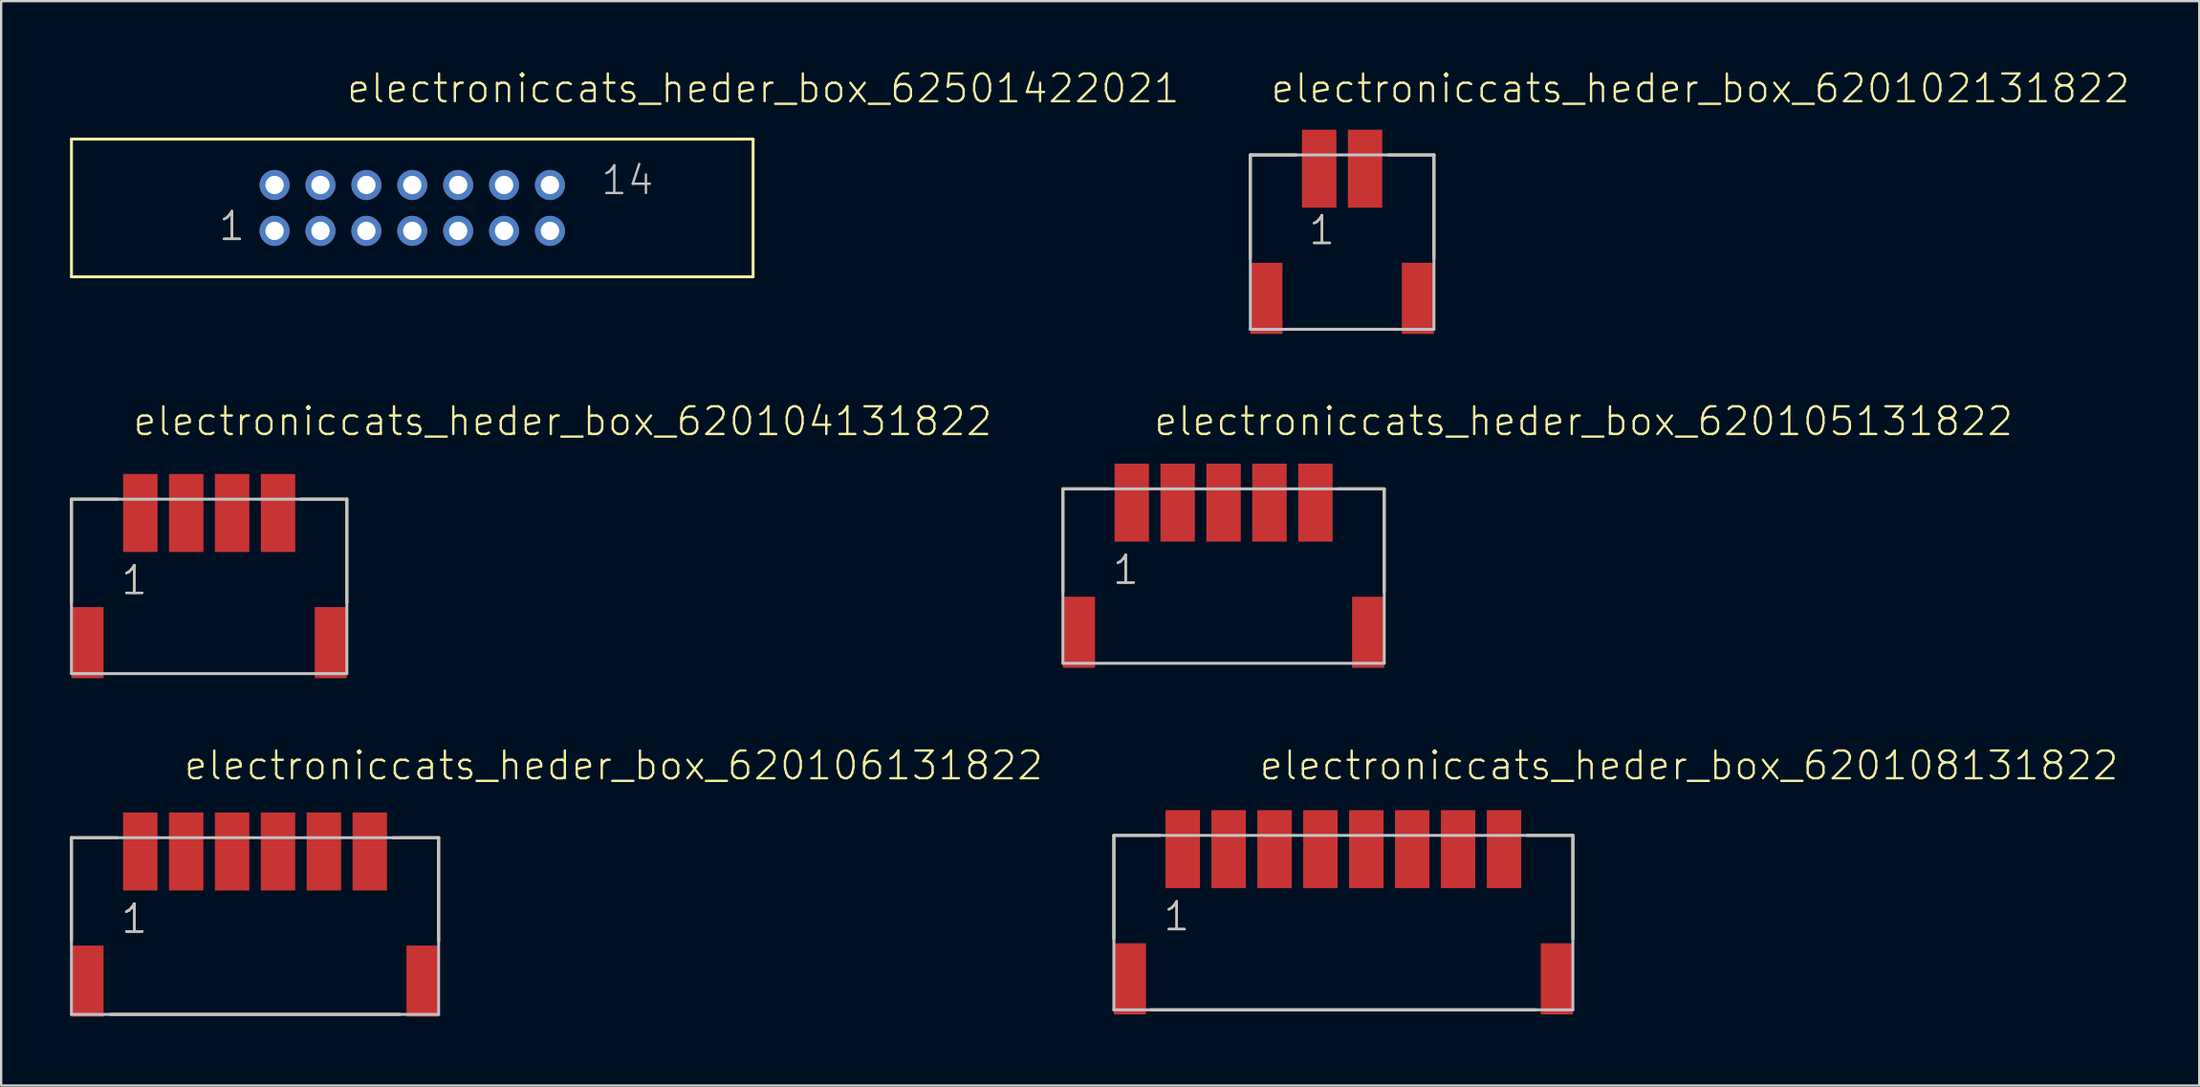
<source format=kicad_pcb>
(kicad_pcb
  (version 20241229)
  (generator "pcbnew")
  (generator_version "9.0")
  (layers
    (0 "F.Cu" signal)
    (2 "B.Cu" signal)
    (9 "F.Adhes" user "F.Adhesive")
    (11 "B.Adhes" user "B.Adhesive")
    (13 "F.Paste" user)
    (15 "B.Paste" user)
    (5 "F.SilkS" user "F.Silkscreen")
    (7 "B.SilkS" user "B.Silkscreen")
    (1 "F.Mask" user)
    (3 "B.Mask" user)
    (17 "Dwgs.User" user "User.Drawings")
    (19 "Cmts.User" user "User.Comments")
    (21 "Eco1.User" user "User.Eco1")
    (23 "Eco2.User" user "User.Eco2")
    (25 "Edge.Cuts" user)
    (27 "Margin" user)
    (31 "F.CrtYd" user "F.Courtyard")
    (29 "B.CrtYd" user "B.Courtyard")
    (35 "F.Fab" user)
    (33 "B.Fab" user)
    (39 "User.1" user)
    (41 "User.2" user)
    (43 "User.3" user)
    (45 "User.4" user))
  (footprint "electroniccats_heder_box_620108131822"
    (layer "F.Cu")
    (at 55.484 33.954)
    (property "Reference" "electroniccats_heder_box_620108131822" (at -3.725 -2.94 0) (layer "F.SilkS") (effects (font (size 1.206 1.206) (thickness 0.102)) (justify left bottom)))
    (attr through_hole)
    (fp_line (start -10 -0.6) (end -10 3.9) (stroke (width 0.127) (type solid)) (layer "F.SilkS"))
    (fp_line (start -8.4 7) (end 8.4 7) (stroke (width 0.127) (type solid)) (layer "F.SilkS"))
    (fp_line (start -8 -0.6) (end -10 -0.6) (stroke (width 0.127) (type solid)) (layer "F.SilkS"))
    (fp_line (start 8 -0.6) (end 10 -0.6) (stroke (width 0.127) (type solid)) (layer "F.SilkS"))
    (fp_line (start 10 -0.6) (end 10 3.9) (stroke (width 0.127) (type solid)) (layer "F.SilkS"))
    (fp_line (start -10 -0.6) (end 10 -0.6) (stroke (width 0.127) (type solid)) (layer "Dwgs.User"))
    (fp_line (start -10 7) (end -10 -0.6) (stroke (width 0.127) (type solid)) (layer "Dwgs.User"))
    (fp_line (start 10 -0.6) (end 10 7) (stroke (width 0.127) (type solid)) (layer "Dwgs.User"))
    (fp_line (start 10 7) (end -10 7) (stroke (width 0.127) (type solid)) (layer "Dwgs.User"))
    (fp_text user "1" (at -7.905 3.635 0) (layer "F.SilkS") (effects (font (size 1.206 1.206) (thickness 0.102)) (justify left bottom)))
    (fp_text user "1" (at -7.905 3.635 0) (layer "Dwgs.User") (effects (font (size 1.206 1.206) (thickness 0.102)) (justify left bottom)))
    (pad "1" smd rect (at -7 0 180) (size 1.5 3.4) (layers "F.Cu" "F.Mask" "F.Paste"))
    (pad "2" smd rect (at -5 0 180) (size 1.5 3.4) (layers "F.Cu" "F.Mask" "F.Paste"))
    (pad "3" smd rect (at -3 0 180) (size 1.5 3.4) (layers "F.Cu" "F.Mask" "F.Paste"))
    (pad "4" smd rect (at -1 0 180) (size 1.5 3.4) (layers "F.Cu" "F.Mask" "F.Paste"))
    (pad "5" smd rect (at 1 0 180) (size 1.5 3.4) (layers "F.Cu" "F.Mask" "F.Paste"))
    (pad "6" smd rect (at 3 0 180) (size 1.5 3.4) (layers "F.Cu" "F.Mask" "F.Paste"))
    (pad "7" smd rect (at 5 0 180) (size 1.5 3.4) (layers "F.Cu" "F.Mask" "F.Paste"))
    (pad "8" smd rect (at 7 0 180) (size 1.5 3.4) (layers "F.Cu" "F.Mask" "F.Paste"))
    (pad "Z1" smd rect (at -9.3 5.65 180) (size 1.4 3.1) (layers "F.Cu" "F.Mask" "F.Paste"))
    (pad "Z2" smd rect (at 9.3 5.65 180) (size 1.4 3.1) (layers "F.Cu" "F.Mask" "F.Paste")))
  (footprint "electroniccats_heder_box_620106131822"
    (layer "F.Cu")
    (at 8.063 34.054)
    (property "Reference" "electroniccats_heder_box_620106131822" (at -3.165 -3.04 0) (layer "F.SilkS") (effects (font (size 1.206 1.206) (thickness 0.102)) (justify left bottom)))
    (attr through_hole)
    (fp_line (start -8 -0.6) (end -8 3.9) (stroke (width 0.127) (type solid)) (layer "F.SilkS"))
    (fp_line (start -6.3 7.1) (end 6.3 7.1) (stroke (width 0.127) (type solid)) (layer "F.SilkS"))
    (fp_line (start -6 -0.6) (end -8 -0.6) (stroke (width 0.127) (type solid)) (layer "F.SilkS"))
    (fp_line (start 6 -0.6) (end 8 -0.6) (stroke (width 0.127) (type solid)) (layer "F.SilkS"))
    (fp_line (start 8 -0.6) (end 8 3.9) (stroke (width 0.127) (type solid)) (layer "F.SilkS"))
    (fp_line (start -8 -0.6) (end 8 -0.6) (stroke (width 0.127) (type solid)) (layer "Dwgs.User"))
    (fp_line (start -8 7.1) (end -8 -0.6) (stroke (width 0.127) (type solid)) (layer "Dwgs.User"))
    (fp_line (start 8 -0.6) (end 8 7.1) (stroke (width 0.127) (type solid)) (layer "Dwgs.User"))
    (fp_line (start 8 7.1) (end -8 7.1) (stroke (width 0.127) (type solid)) (layer "Dwgs.User"))
    (fp_text user "1" (at -5.905 3.635 0) (layer "F.SilkS") (effects (font (size 1.206 1.206) (thickness 0.102)) (justify left bottom)))
    (fp_text user "1" (at -5.905 3.635 0) (layer "Dwgs.User") (effects (font (size 1.206 1.206) (thickness 0.102)) (justify left bottom)))
    (fp_text user "1" (at -5.905 3.635 0) (layer "Dwgs.User") (effects (font (size 1.206 1.206) (thickness 0.102)) (justify left bottom)))
    (pad "1" smd rect (at -5 0 180) (size 1.5 3.4) (layers "F.Cu" "F.Mask" "F.Paste"))
    (pad "2" smd rect (at -3 0 180) (size 1.5 3.4) (layers "F.Cu" "F.Mask" "F.Paste"))
    (pad "3" smd rect (at -1 0 180) (size 1.5 3.4) (layers "F.Cu" "F.Mask" "F.Paste"))
    (pad "4" smd rect (at 1 0 180) (size 1.5 3.4) (layers "F.Cu" "F.Mask" "F.Paste"))
    (pad "5" smd rect (at 3 0 180) (size 1.5 3.4) (layers "F.Cu" "F.Mask" "F.Paste"))
    (pad "6" smd rect (at 5 0 180) (size 1.5 3.4) (layers "F.Cu" "F.Mask" "F.Paste"))
    (pad "Z1" smd rect (at -7.3 5.65 180) (size 1.4 3.1) (layers "F.Cu" "F.Mask" "F.Paste"))
    (pad "Z2" smd rect (at 7.3 5.65 180) (size 1.4 3.1) (layers "F.Cu" "F.Mask" "F.Paste")))
  (footprint "electroniccats_heder_box_620105131822"
    (layer "F.Cu")
    (at 50.264 18.853)
    (property "Reference" "electroniccats_heder_box_620105131822" (at -3.1 -2.84 0) (layer "F.SilkS") (effects (font (size 1.206 1.206) (thickness 0.102)) (justify left bottom)))
    (attr through_hole)
    (fp_line (start -7 -0.6) (end -7 3.9) (stroke (width 0.127) (type solid)) (layer "F.SilkS"))
    (fp_line (start -5 -0.6) (end -7 -0.6) (stroke (width 0.127) (type solid)) (layer "F.SilkS"))
    (fp_line (start 5 -0.6) (end 7 -0.6) (stroke (width 0.127) (type solid)) (layer "F.SilkS"))
    (fp_line (start 7 -0.6) (end 7 3.9) (stroke (width 0.127) (type solid)) (layer "F.SilkS"))
    (fp_line (start -7 -0.6) (end 7 -0.6) (stroke (width 0.127) (type solid)) (layer "Dwgs.User"))
    (fp_line (start -7 7) (end -7 -0.6) (stroke (width 0.127) (type solid)) (layer "Dwgs.User"))
    (fp_line (start 7 -0.6) (end 7 7) (stroke (width 0.127) (type solid)) (layer "Dwgs.User"))
    (fp_line (start 7 7) (end -7 7) (stroke (width 0.127) (type solid)) (layer "Dwgs.User"))
    (fp_text user "1" (at -4.905 3.635 0) (layer "F.SilkS") (effects (font (size 1.206 1.206) (thickness 0.102)) (justify left bottom)))
    (fp_text user "1" (at -4.905 3.635 0) (layer "Dwgs.User") (effects (font (size 1.206 1.206) (thickness 0.102)) (justify left bottom)))
    (pad "1" smd rect (at -4 0 180) (size 1.5 3.4) (layers "F.Cu" "F.Mask" "F.Paste"))
    (pad "2" smd rect (at -2 0 180) (size 1.5 3.4) (layers "F.Cu" "F.Mask" "F.Paste"))
    (pad "3" smd rect (at 0 0 180) (size 1.5 3.4) (layers "F.Cu" "F.Mask" "F.Paste"))
    (pad "4" smd rect (at 2 0 180) (size 1.5 3.4) (layers "F.Cu" "F.Mask" "F.Paste"))
    (pad "5" smd rect (at 4 0 180) (size 1.5 3.4) (layers "F.Cu" "F.Mask" "F.Paste"))
    (pad "Z1" smd rect (at -6.3 5.65 180) (size 1.4 3.1) (layers "F.Cu" "F.Mask" "F.Paste"))
    (pad "Z2" smd rect (at 6.3 5.65 180) (size 1.4 3.1) (layers "F.Cu" "F.Mask" "F.Paste")))
  (footprint "electroniccats_heder_box_620102131822"
    (layer "F.Cu")
    (at 55.43 4.301)
    (property "Reference" "electroniccats_heder_box_620102131822" (at -3.175 -2.79 0) (layer "F.SilkS") (effects (font (size 1.206 1.206) (thickness 0.102)) (justify left bottom)))
    (attr through_hole)
    (fp_line (start -4 -0.6) (end -4 3.9) (stroke (width 0.127) (type solid)) (layer "F.SilkS"))
    (fp_line (start -2.4 7) (end 2.4 7) (stroke (width 0.127) (type solid)) (layer "F.SilkS"))
    (fp_line (start -2 -0.6) (end -4 -0.6) (stroke (width 0.127) (type solid)) (layer "F.SilkS"))
    (fp_line (start 2 -0.6) (end 4 -0.6) (stroke (width 0.127) (type solid)) (layer "F.SilkS"))
    (fp_line (start 4 -0.6) (end 4 3.9) (stroke (width 0.127) (type solid)) (layer "F.SilkS"))
    (fp_line (start -4 -0.6) (end 4 -0.6) (stroke (width 0.127) (type solid)) (layer "Dwgs.User"))
    (fp_line (start -4 7) (end -4 -0.6) (stroke (width 0.127) (type solid)) (layer "Dwgs.User"))
    (fp_line (start 4 -0.6) (end 4 7) (stroke (width 0.127) (type solid)) (layer "Dwgs.User"))
    (fp_line (start 4 7) (end -4 7) (stroke (width 0.127) (type solid)) (layer "Dwgs.User"))
    (fp_text user "1" (at -1.52 3.385 0) (layer "F.SilkS") (effects (font (size 1.206 1.206) (thickness 0.102)) (justify left bottom)))
    (fp_text user "1" (at -1.52 3.385 0) (layer "Dwgs.User") (effects (font (size 1.206 1.206) (thickness 0.102)) (justify left bottom)))
    (pad "1" smd rect (at -1 0 180) (size 1.5 3.4) (layers "F.Cu" "F.Mask" "F.Paste"))
    (pad "2" smd rect (at 1 0 180) (size 1.5 3.4) (layers "F.Cu" "F.Mask" "F.Paste"))
    (pad "Z1" smd rect (at -3.3 5.65 180) (size 1.4 3.1) (layers "F.Cu" "F.Mask" "F.Paste"))
    (pad "Z2" smd rect (at 3.3 5.65 180) (size 1.4 3.1) (layers "F.Cu" "F.Mask" "F.Paste")))
  (footprint "electroniccats_heder_box_62501422021"
    (layer "F.Cu")
    (at 14.914 6.011)
    (property "Reference" "electroniccats_heder_box_62501422021" (at -2.92 -4.5 0) (layer "F.SilkS") (effects (font (size 1.206 1.206) (thickness 0.102)) (justify left bottom)))
    (attr through_hole)
    (fp_line (start -14.85 -3) (end -14.85 3) (stroke (width 0.127) (type solid)) (layer "F.SilkS"))
    (fp_line (start -14.85 3) (end 14.85 3) (stroke (width 0.127) (type solid)) (layer "F.SilkS"))
    (fp_line (start 14.85 -3) (end -14.85 -3) (stroke (width 0.127) (type solid)) (layer "F.SilkS"))
    (fp_line (start 14.85 3) (end 14.85 -3) (stroke (width 0.127) (type solid)) (layer "F.SilkS"))
    (fp_text user "1" (at -8.5 1.5 0) (layer "F.SilkS") (effects (font (size 1.206 1.206) (thickness 0.102)) (justify left bottom)))
    (fp_text user "14" (at 8.16 -0.5 0) (layer "Dwgs.User") (effects (font (size 1.206 1.206) (thickness 0.102)) (justify left bottom)))
    (fp_text user "1" (at -8.5 1.5 0) (layer "Dwgs.User") (effects (font (size 1.206 1.206) (thickness 0.102)) (justify left bottom)))
    (pad "1" thru_hole circle (at -6 1) (size 1.308 1.308) (drill 0.8) (layers "*.Cu" "*.Mask"))
    (pad "2" thru_hole circle (at -6 -1) (size 1.308 1.308) (drill 0.8) (layers "*.Cu" "*.Mask"))
    (pad "3" thru_hole circle (at -4 1) (size 1.308 1.308) (drill 0.8) (layers "*.Cu" "*.Mask"))
    (pad "4" thru_hole circle (at -4 -1) (size 1.308 1.308) (drill 0.8) (layers "*.Cu" "*.Mask"))
    (pad "5" thru_hole circle (at -2 1) (size 1.308 1.308) (drill 0.8) (layers "*.Cu" "*.Mask"))
    (pad "6" thru_hole circle (at -2 -1) (size 1.308 1.308) (drill 0.8) (layers "*.Cu" "*.Mask"))
    (pad "7" thru_hole circle (at 0 1) (size 1.308 1.308) (drill 0.8) (layers "*.Cu" "*.Mask"))
    (pad "8" thru_hole circle (at 0 -1) (size 1.308 1.308) (drill 0.8) (layers "*.Cu" "*.Mask"))
    (pad "9" thru_hole circle (at 2 1) (size 1.308 1.308) (drill 0.8) (layers "*.Cu" "*.Mask"))
    (pad "10" thru_hole circle (at 2 -1) (size 1.308 1.308) (drill 0.8) (layers "*.Cu" "*.Mask"))
    (pad "11" thru_hole circle (at 4 1) (size 1.308 1.308) (drill 0.8) (layers "*.Cu" "*.Mask"))
    (pad "12" thru_hole circle (at 4 -1) (size 1.308 1.308) (drill 0.8) (layers "*.Cu" "*.Mask"))
    (pad "13" thru_hole circle (at 6 1) (size 1.308 1.308) (drill 0.8) (layers "*.Cu" "*.Mask"))
    (pad "14" thru_hole circle (at 6 -1) (size 1.308 1.308) (drill 0.8) (layers "*.Cu" "*.Mask")))
  (footprint "electroniccats_heder_box_620104131822"
    (layer "F.Cu")
    (at 6.064 19.303)
    (property "Reference" "electroniccats_heder_box_620104131822" (at -3.385 -3.29 0) (layer "F.SilkS") (effects (font (size 1.206 1.206) (thickness 0.102)) (justify left bottom)))
    (attr through_hole)
    (fp_line (start -6 -0.6) (end -6 3.9) (stroke (width 0.127) (type solid)) (layer "F.SilkS"))
    (fp_line (start -4 -0.6) (end -6 -0.6) (stroke (width 0.127) (type solid)) (layer "F.SilkS"))
    (fp_line (start 4 -0.6) (end 6 -0.6) (stroke (width 0.127) (type solid)) (layer "F.SilkS"))
    (fp_line (start 6 -0.6) (end 6 3.9) (stroke (width 0.127) (type solid)) (layer "F.SilkS"))
    (fp_line (start -6 -0.6) (end 6 -0.6) (stroke (width 0.127) (type solid)) (layer "Dwgs.User"))
    (fp_line (start -6 7) (end -6 -0.6) (stroke (width 0.127) (type solid)) (layer "Dwgs.User"))
    (fp_line (start 6 -0.6) (end 6 7) (stroke (width 0.127) (type solid)) (layer "Dwgs.User"))
    (fp_line (start 6 7) (end -6 7) (stroke (width 0.127) (type solid)) (layer "Dwgs.User"))
    (fp_text user "1" (at -3.905 3.635 0) (layer "F.SilkS") (effects (font (size 1.206 1.206) (thickness 0.102)) (justify left bottom)))
    (fp_text user "1" (at -3.905 3.635 0) (layer "Dwgs.User") (effects (font (size 1.206 1.206) (thickness 0.102)) (justify left bottom)))
    (pad "1" smd rect (at -3 0 180) (size 1.5 3.4) (layers "F.Cu" "F.Mask" "F.Paste"))
    (pad "2" smd rect (at -1 0 180) (size 1.5 3.4) (layers "F.Cu" "F.Mask" "F.Paste"))
    (pad "3" smd rect (at 1 0 180) (size 1.5 3.4) (layers "F.Cu" "F.Mask" "F.Paste"))
    (pad "4" smd rect (at 3 0 180) (size 1.5 3.4) (layers "F.Cu" "F.Mask" "F.Paste"))
    (pad "Z1" smd rect (at -5.3 5.65 180) (size 1.4 3.1) (layers "F.Cu" "F.Mask" "F.Paste"))
    (pad "Z2" smd rect (at 5.3 5.65 180) (size 1.4 3.1) (layers "F.Cu" "F.Mask" "F.Paste")))
  (gr_rect
    (start -3 -3)
    (end 92.778 44.254)
    (stroke (width 0.1) (type default))
    (fill no)
    (layer "Edge.Cuts")))
</source>
